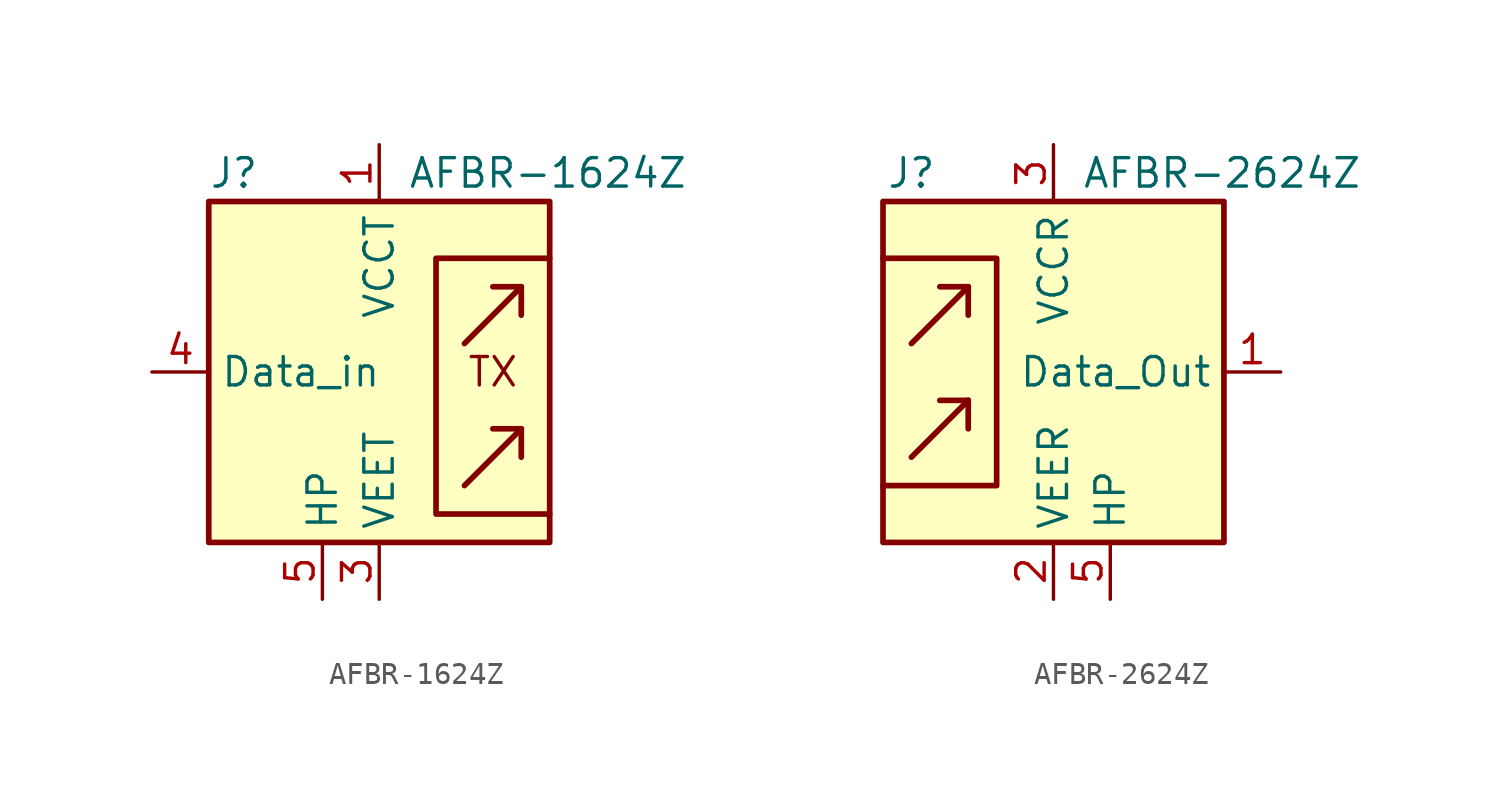
<source format=kicad_sym>
(kicad_symbol_lib
  (version 20200908)
  (generator kicad_symbol_editor)
  (symbol "Fiber_Optic:AFBR-1624Z"
    (property "Reference" "J"
      (at -7.62 8.89 0)
      (effects (font (size 1.27 1.27)) (justify left)))
    (property "Value" "AFBR-1624Z"
      (at 1.27 8.89 0)
      (effects (font (size 1.27 1.27)) (justify left)))
    (symbol "AFBR-1624Z_0_0"
      (text "TX" (at 5.08 0 0) (effects (font (size 1.27 1.27)))))
    (symbol "AFBR-1624Z_0_1"
      (rectangle (start -7.62 7.62) (end 7.62 -7.62) (stroke (width 0.254)) (fill (type background)))
      (polyline (pts (xy 6.35 -2.54) (xy 3.81 -5.08)) (stroke (width 0.254)) (fill (type none)))
      (polyline (pts (xy 6.35 -2.54) (xy 5.08 -2.54)) (stroke (width 0.254)) (fill (type none)))
      (polyline (pts (xy 6.35 -2.54) (xy 6.35 -3.81)) (stroke (width 0.254)) (fill (type none)))
      (polyline (pts (xy 6.35 3.81) (xy 3.81 1.27)) (stroke (width 0.254)) (fill (type none)))
      (polyline (pts (xy 6.35 3.81) (xy 5.08 3.81)) (stroke (width 0.254)) (fill (type none)))
      (polyline (pts (xy 6.35 3.81) (xy 6.35 2.54)) (stroke (width 0.254)) (fill (type none)))
      (polyline (pts (xy 7.62 5.08) (xy 2.54 5.08) (xy 2.54 -1.27) (xy 2.54 -6.35) (xy 7.62 -6.35)) (stroke (width 0.254)) (fill (type none))))
    (symbol "AFBR-1624Z_1_1"
      (pin power_in line (at 0 10.16 270) (length 2.54) (name "VCCT" (effects (font (size 1.27 1.27)))) (number "1" (effects (font (size 1.27 1.27)))))
      (pin unconnected line (at -7.62 5.08 0) (length 2.54) hide (name "NC" (effects (font (size 1.27 1.27)))) (number "2" (effects (font (size 1.27 1.27)))))
      (pin power_in line (at 0 -10.16 90) (length 2.54) (name "VEET" (effects (font (size 1.27 1.27)))) (number "3" (effects (font (size 1.27 1.27)))))
      (pin input line (at -10.16 0 0) (length 2.54) (name "Data_in" (effects (font (size 1.27 1.27)))) (number "4" (effects (font (size 1.27 1.27)))))
      (pin passive line (at -2.54 -10.16 90) (length 2.54) (name "HP" (effects (font (size 1.27 1.27)))) (number "5" (effects (font (size 1.27 1.27)))))
      (pin passive line (at -2.54 -10.16 90) (length 2.54) hide (name "HP" (effects (font (size 1.27 1.27)))) (number "8" (effects (font (size 1.27 1.27)))))))
  (symbol "Fiber_Optic:AFBR-2624Z"
    (property "Reference" "J"
      (at -6.35 8.89 0)
      (effects (font (size 1.27 1.27))))
    (property "Value" "AFBR-2624Z"
      (at 1.27 8.89 0)
      (effects (font (size 1.27 1.27)) (justify left)))
    (symbol "AFBR-2624Z_0_1"
      (rectangle (start -7.62 7.62) (end 7.62 -7.62) (stroke (width 0.254)) (fill (type background)))
      (polyline (pts (xy -3.81 -1.27) (xy -6.35 -3.81)) (stroke (width 0.254)) (fill (type none)))
      (polyline (pts (xy -3.81 -1.27) (xy -5.08 -1.27)) (stroke (width 0.254)) (fill (type none)))
      (polyline (pts (xy -3.81 -1.27) (xy -3.81 -2.54)) (stroke (width 0.254)) (fill (type none)))
      (polyline (pts (xy -3.81 3.81) (xy -6.35 1.27)) (stroke (width 0.254)) (fill (type none)))
      (polyline (pts (xy -3.81 3.81) (xy -5.08 3.81)) (stroke (width 0.254)) (fill (type none)))
      (polyline (pts (xy -3.81 3.81) (xy -3.81 2.54)) (stroke (width 0.254)) (fill (type none)))
      (polyline (pts (xy -7.62 5.08) (xy -2.54 5.08) (xy -2.54 -5.08) (xy -7.62 -5.08)) (stroke (width 0.254)) (fill (type none))))
    (symbol "AFBR-2624Z_1_1"
      (pin output line (at 10.16 0 180) (length 2.54) (name "Data_Out" (effects (font (size 1.27 1.27)))) (number "1" (effects (font (size 1.27 1.27)))))
      (pin power_in line (at 0 -10.16 90) (length 2.54) (name "VEER" (effects (font (size 1.27 1.27)))) (number "2" (effects (font (size 1.27 1.27)))))
      (pin power_in line (at 0 10.16 270) (length 2.54) (name "VCCR" (effects (font (size 1.27 1.27)))) (number "3" (effects (font (size 1.27 1.27)))))
      (pin unconnected line (at 7.62 5.08 180) (length 2.54) hide (name "NC" (effects (font (size 1.27 1.27)))) (number "4" (effects (font (size 1.27 1.27)))))
      (pin passive line (at 2.54 -10.16 90) (length 2.54) (name "HP" (effects (font (size 1.27 1.27)))) (number "5" (effects (font (size 1.27 1.27)))))
      (pin passive line (at 2.54 -10.16 90) (length 2.54) hide (name "HP" (effects (font (size 1.27 1.27)))) (number "8" (effects (font (size 1.27 1.27))))))))
</source>
